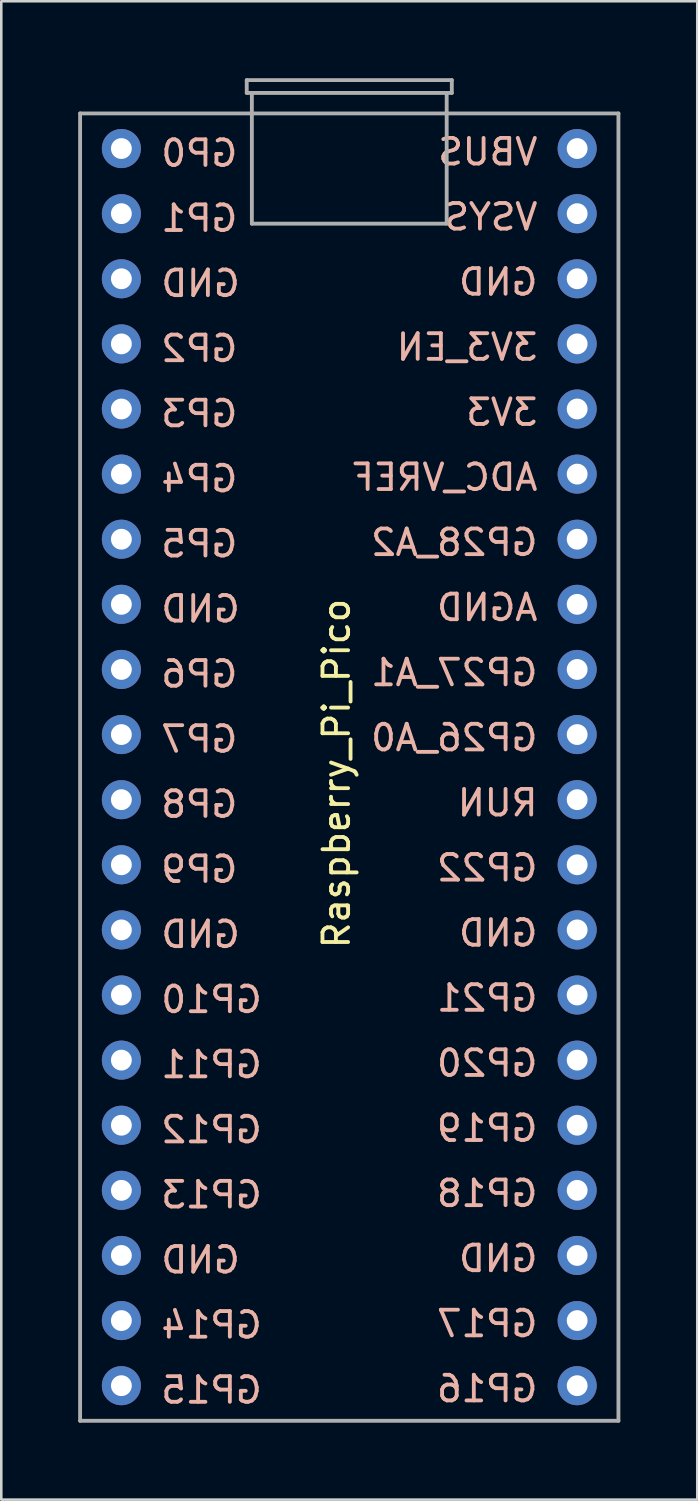
<source format=kicad_pcb>
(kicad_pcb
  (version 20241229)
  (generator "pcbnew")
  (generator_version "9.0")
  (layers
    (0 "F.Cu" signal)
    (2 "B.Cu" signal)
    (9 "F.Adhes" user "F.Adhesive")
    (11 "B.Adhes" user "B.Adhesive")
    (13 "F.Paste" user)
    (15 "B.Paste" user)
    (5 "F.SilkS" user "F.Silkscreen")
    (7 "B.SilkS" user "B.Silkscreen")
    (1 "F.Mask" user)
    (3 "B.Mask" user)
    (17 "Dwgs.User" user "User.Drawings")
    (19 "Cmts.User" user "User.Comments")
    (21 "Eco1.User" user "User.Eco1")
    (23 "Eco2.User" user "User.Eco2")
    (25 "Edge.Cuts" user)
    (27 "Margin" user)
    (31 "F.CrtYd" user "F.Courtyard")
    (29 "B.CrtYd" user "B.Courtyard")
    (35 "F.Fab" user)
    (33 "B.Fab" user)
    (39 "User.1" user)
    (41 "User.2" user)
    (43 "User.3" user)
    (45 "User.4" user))
  (footprint "Raspberry_Pi_Pico"
    (layer "F.Cu")
    (at 10.575 26.875)
    (property "Reference" "Raspberry_Pi_Pico" (at -0.5 0.25 90) (layer "F.SilkS") (effects (font (size 1 1) (thickness 0.15))))
    (attr through_hole)
    (fp_line (start -10.5 -25.5) (end -10.5 25.5) (stroke (width 0.15) (type solid)) (layer "F.Fab"))
    (fp_line (start -10.5 -25.5) (end 10.5 -25.5) (stroke (width 0.15) (type solid)) (layer "F.Fab"))
    (fp_line (start -10.5 25.5) (end 10.5 25.5) (stroke (width 0.15) (type solid)) (layer "F.Fab"))
    (fp_line (start -4 -26.8) (end -4 -26.3) (stroke (width 0.15) (type solid)) (layer "F.Fab"))
    (fp_line (start -4 -26.8) (end 4 -26.8) (stroke (width 0.15) (type solid)) (layer "F.Fab"))
    (fp_line (start -4 -26.3) (end 4 -26.3) (stroke (width 0.15) (type solid)) (layer "F.Fab"))
    (fp_line (start -3.8 -26.3) (end -3.8 -21.2) (stroke (width 0.15) (type solid)) (layer "F.Fab"))
    (fp_line (start -3.8 -21.2) (end 3.8 -21.2) (stroke (width 0.15) (type solid)) (layer "F.Fab"))
    (fp_line (start 3.8 -26.3) (end 3.8 -21.2) (stroke (width 0.15) (type solid)) (layer "F.Fab"))
    (fp_line (start 4 -26.8) (end 4 -26.3) (stroke (width 0.15) (type solid)) (layer "F.Fab"))
    (fp_line (start 10.5 -25.5) (end 10.5 25.5) (stroke (width 0.15) (type solid)) (layer "F.Fab"))
    (fp_text user "GP2" (at -5.849 -16.328 180) (layer "B.SilkS") (effects (font (size 1 1) (thickness 0.15)) (justify mirror)))
    (fp_text user "GP12" (at -5.373 14.146 180) (layer "B.SilkS") (effects (font (size 1 1) (thickness 0.15)) (justify mirror)))
    (fp_text user "GP0" (at -5.849 -23.946 180) (layer "B.SilkS") (effects (font (size 1 1) (thickness 0.15)) (justify mirror)))
    (fp_text user "GP20" (at 5.382 11.553 180) (layer "B.SilkS") (effects (font (size 1 1) (thickness 0.15)) (justify mirror)))
    (fp_text user "GND" (at 5.811 6.474 180) (layer "B.SilkS") (effects (font (size 1 1) (thickness 0.15)) (justify mirror)))
    (fp_text user "GP4" (at -5.849 -11.249 180) (layer "B.SilkS") (effects (font (size 1 1) (thickness 0.15)) (justify mirror)))
    (fp_text user "GP21" (at 5.382 9.013 180) (layer "B.SilkS") (effects (font (size 1 1) (thickness 0.15)) (justify mirror)))
    (fp_text user "GND" (at -5.801 19.225 180) (layer "B.SilkS") (effects (font (size 1 1) (thickness 0.15)) (justify mirror)))
    (fp_text user "RUN" (at 5.787 1.395 180) (layer "B.SilkS") (effects (font (size 1 1) (thickness 0.15)) (justify mirror)))
    (fp_text user "GND" (at -5.801 -18.867 180) (layer "B.SilkS") (effects (font (size 1 1) (thickness 0.15)) (justify mirror)))
    (fp_text user "GP10" (at -5.373 9.067 180) (layer "B.SilkS") (effects (font (size 1 1) (thickness 0.15)) (justify mirror)))
    (fp_text user "GND" (at 5.811 -18.921 180) (layer "B.SilkS") (effects (font (size 1 1) (thickness 0.15)) (justify mirror)))
    (fp_text user "GP8" (at -5.849 1.449 180) (layer "B.SilkS") (effects (font (size 1 1) (thickness 0.15)) (justify mirror)))
    (fp_text user "VBUS" (at 5.406 -24 180) (layer "B.SilkS") (effects (font (size 1 1) (thickness 0.15)) (justify mirror)))
    (fp_text user "GP13" (at -5.373 16.686 180) (layer "B.SilkS") (effects (font (size 1 1) (thickness 0.15)) (justify mirror)))
    (fp_text user "GP28_A2" (at 4.097 -8.763 180) (layer "B.SilkS") (effects (font (size 1 1) (thickness 0.15)) (justify mirror)))
    (fp_text user "GP11" (at -5.373 11.607 180) (layer "B.SilkS") (effects (font (size 1 1) (thickness 0.15)) (justify mirror)))
    (fp_text user "GP19" (at 5.382 14.092 180) (layer "B.SilkS") (effects (font (size 1 1) (thickness 0.15)) (justify mirror)))
    (fp_text user "GP27_A1" (at 4.097 -3.684 180) (layer "B.SilkS") (effects (font (size 1 1) (thickness 0.15)) (justify mirror)))
    (fp_text user "GP7" (at -5.849 -1.091 180) (layer "B.SilkS") (effects (font (size 1 1) (thickness 0.15)) (justify mirror)))
    (fp_text user "3V3" (at 5.954 -13.842 180) (layer "B.SilkS") (effects (font (size 1 1) (thickness 0.15)) (justify mirror)))
    (fp_text user "GP5" (at -5.849 -8.709 180) (layer "B.SilkS") (effects (font (size 1 1) (thickness 0.15)) (justify mirror)))
    (fp_text user "GP3" (at -5.849 -13.788 180) (layer "B.SilkS") (effects (font (size 1 1) (thickness 0.15)) (justify mirror)))
    (fp_text user "3V3_EN" (at 4.597 -16.382 180) (layer "B.SilkS") (effects (font (size 1 1) (thickness 0.15)) (justify mirror)))
    (fp_text user "GND" (at 5.811 19.171 180) (layer "B.SilkS") (effects (font (size 1 1) (thickness 0.15)) (justify mirror)))
    (fp_text user "GP9" (at -5.849 3.988 180) (layer "B.SilkS") (effects (font (size 1 1) (thickness 0.15)) (justify mirror)))
    (fp_text user "GP14" (at -5.373 21.765 180) (layer "B.SilkS") (effects (font (size 1 1) (thickness 0.15)) (justify mirror)))
    (fp_text user "VSYS" (at 5.525 -21.461 180) (layer "B.SilkS") (effects (font (size 1 1) (thickness 0.15)) (justify mirror)))
    (fp_text user "GP16" (at 5.382 24.25 180) (layer "B.SilkS") (effects (font (size 1 1) (thickness 0.15)) (justify mirror)))
    (fp_text user "GP18" (at 5.382 16.632 180) (layer "B.SilkS") (effects (font (size 1 1) (thickness 0.15)) (justify mirror)))
    (fp_text user "GP26_A0" (at 4.097 -1.145 180) (layer "B.SilkS") (effects (font (size 1 1) (thickness 0.15)) (justify mirror)))
    (fp_text user "GP17" (at 5.382 21.711 180) (layer "B.SilkS") (effects (font (size 1 1) (thickness 0.15)) (justify mirror)))
    (fp_text user "GP15" (at -5.373 24.304 180) (layer "B.SilkS") (effects (font (size 1 1) (thickness 0.15)) (justify mirror)))
    (fp_text user "GP22" (at 5.382 3.934 180) (layer "B.SilkS") (effects (font (size 1 1) (thickness 0.15)) (justify mirror)))
    (fp_text user "AGND" (at 5.382 -6.224 180) (layer "B.SilkS") (effects (font (size 1 1) (thickness 0.15)) (justify mirror)))
    (fp_text user "ADC_VREF" (at 3.716 -11.303 180) (layer "B.SilkS") (effects (font (size 1 1) (thickness 0.15)) (justify mirror)))
    (fp_text user "GP6" (at -5.849 -3.63 180) (layer "B.SilkS") (effects (font (size 1 1) (thickness 0.15)) (justify mirror)))
    (fp_text user "GND" (at -5.801 6.528 180) (layer "B.SilkS") (effects (font (size 1 1) (thickness 0.15)) (justify mirror)))
    (fp_text user "GP1" (at -5.849 -21.407 180) (layer "B.SilkS") (effects (font (size 1 1) (thickness 0.15)) (justify mirror)))
    (fp_text user "GND" (at -5.801 -6.17 180) (layer "B.SilkS") (effects (font (size 1 1) (thickness 0.15)) (justify mirror)))
    (pad "1" thru_hole circle (at -8.89 -24.13) (size 1.524 1.524) (drill 0.813) (layers "*.Cu" "*.Mask"))
    (pad "2" thru_hole circle (at -8.89 -21.59) (size 1.524 1.524) (drill 0.813) (layers "*.Cu" "*.Mask"))
    (pad "3" thru_hole circle (at -8.89 -19.05) (size 1.524 1.524) (drill 0.813) (layers "*.Cu" "*.Mask"))
    (pad "4" thru_hole circle (at -8.89 -16.51) (size 1.524 1.524) (drill 0.813) (layers "*.Cu" "*.Mask"))
    (pad "5" thru_hole circle (at -8.89 -13.97) (size 1.524 1.524) (drill 0.813) (layers "*.Cu" "*.Mask"))
    (pad "6" thru_hole circle (at -8.89 -11.43) (size 1.524 1.524) (drill 0.813) (layers "*.Cu" "*.Mask"))
    (pad "7" thru_hole circle (at -8.89 -8.89) (size 1.524 1.524) (drill 0.813) (layers "*.Cu" "*.Mask"))
    (pad "8" thru_hole circle (at -8.89 -6.35) (size 1.524 1.524) (drill 0.813) (layers "*.Cu" "*.Mask"))
    (pad "9" thru_hole circle (at -8.89 -3.81) (size 1.524 1.524) (drill 0.813) (layers "*.Cu" "*.Mask"))
    (pad "10" thru_hole circle (at -8.89 -1.27) (size 1.524 1.524) (drill 0.813) (layers "*.Cu" "*.Mask"))
    (pad "11" thru_hole circle (at -8.89 1.27) (size 1.524 1.524) (drill 0.813) (layers "*.Cu" "*.Mask"))
    (pad "12" thru_hole circle (at -8.89 3.81) (size 1.524 1.524) (drill 0.813) (layers "*.Cu" "*.Mask"))
    (pad "13" thru_hole circle (at -8.89 6.35) (size 1.524 1.524) (drill 0.813) (layers "*.Cu" "*.Mask"))
    (pad "14" thru_hole circle (at -8.89 8.89) (size 1.524 1.524) (drill 0.813) (layers "*.Cu" "*.Mask"))
    (pad "15" thru_hole circle (at -8.89 11.43) (size 1.524 1.524) (drill 0.813) (layers "*.Cu" "*.Mask"))
    (pad "16" thru_hole circle (at -8.89 13.97) (size 1.524 1.524) (drill 0.813) (layers "*.Cu" "*.Mask"))
    (pad "17" thru_hole circle (at -8.89 16.51) (size 1.524 1.524) (drill 0.813) (layers "*.Cu" "*.Mask"))
    (pad "18" thru_hole circle (at -8.89 19.05) (size 1.524 1.524) (drill 0.813) (layers "*.Cu" "*.Mask"))
    (pad "19" thru_hole circle (at -8.89 21.59) (size 1.524 1.524) (drill 0.813) (layers "*.Cu" "*.Mask"))
    (pad "20" thru_hole circle (at -8.89 24.13) (size 1.524 1.524) (drill 0.813) (layers "*.Cu" "*.Mask"))
    (pad "21" thru_hole circle (at 8.89 24.13) (size 1.524 1.524) (drill 0.813) (layers "*.Cu" "*.Mask"))
    (pad "22" thru_hole circle (at 8.89 21.59) (size 1.524 1.524) (drill 0.813) (layers "*.Cu" "*.Mask"))
    (pad "23" thru_hole circle (at 8.89 19.05) (size 1.524 1.524) (drill 0.813) (layers "*.Cu" "*.Mask"))
    (pad "24" thru_hole circle (at 8.89 16.51) (size 1.524 1.524) (drill 0.813) (layers "*.Cu" "*.Mask"))
    (pad "25" thru_hole circle (at 8.89 13.97) (size 1.524 1.524) (drill 0.813) (layers "*.Cu" "*.Mask"))
    (pad "26" thru_hole circle (at 8.89 11.43) (size 1.524 1.524) (drill 0.813) (layers "*.Cu" "*.Mask"))
    (pad "27" thru_hole circle (at 8.89 8.89) (size 1.524 1.524) (drill 0.813) (layers "*.Cu" "*.Mask"))
    (pad "28" thru_hole circle (at 8.89 6.35) (size 1.524 1.524) (drill 0.813) (layers "*.Cu" "*.Mask"))
    (pad "29" thru_hole circle (at 8.89 3.81) (size 1.524 1.524) (drill 0.813) (layers "*.Cu" "*.Mask"))
    (pad "30" thru_hole circle (at 8.89 1.27) (size 1.524 1.524) (drill 0.813) (layers "*.Cu" "*.Mask"))
    (pad "31" thru_hole circle (at 8.89 -1.27) (size 1.524 1.524) (drill 0.813) (layers "*.Cu" "*.Mask"))
    (pad "32" thru_hole circle (at 8.89 -3.81) (size 1.524 1.524) (drill 0.813) (layers "*.Cu" "*.Mask"))
    (pad "33" thru_hole circle (at 8.89 -6.35) (size 1.524 1.524) (drill 0.813) (layers "*.Cu" "*.Mask"))
    (pad "34" thru_hole circle (at 8.89 -8.89) (size 1.524 1.524) (drill 0.813) (layers "*.Cu" "*.Mask"))
    (pad "35" thru_hole circle (at 8.89 -11.43) (size 1.524 1.524) (drill 0.813) (layers "*.Cu" "*.Mask"))
    (pad "36" thru_hole circle (at 8.89 -13.97) (size 1.524 1.524) (drill 0.813) (layers "*.Cu" "*.Mask"))
    (pad "37" thru_hole circle (at 8.89 -16.51) (size 1.524 1.524) (drill 0.813) (layers "*.Cu" "*.Mask"))
    (pad "38" thru_hole circle (at 8.89 -19.05) (size 1.524 1.524) (drill 0.813) (layers "*.Cu" "*.Mask"))
    (pad "39" thru_hole circle (at 8.89 -21.59) (size 1.524 1.524) (drill 0.813) (layers "*.Cu" "*.Mask"))
    (pad "40" thru_hole circle (at 8.89 -24.13) (size 1.524 1.524) (drill 0.813) (layers "*.Cu" "*.Mask")))
  (gr_rect
    (start -3 -3)
    (end 24.15 55.45)
    (stroke (width 0.1) (type default))
    (fill no)
    (layer "Edge.Cuts")))
</source>
